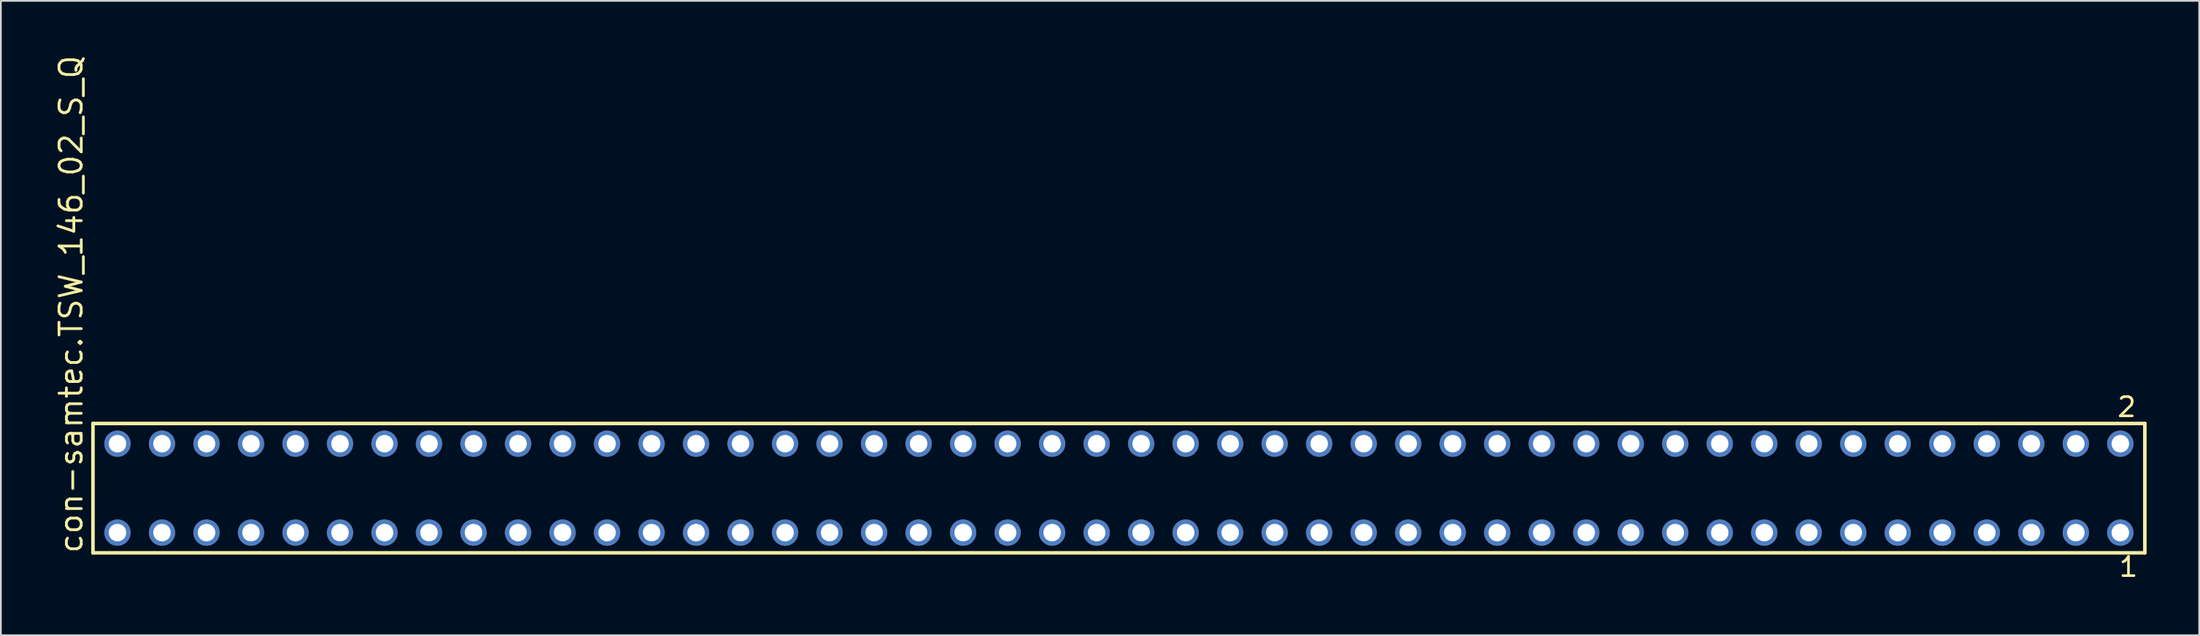
<source format=kicad_pcb>
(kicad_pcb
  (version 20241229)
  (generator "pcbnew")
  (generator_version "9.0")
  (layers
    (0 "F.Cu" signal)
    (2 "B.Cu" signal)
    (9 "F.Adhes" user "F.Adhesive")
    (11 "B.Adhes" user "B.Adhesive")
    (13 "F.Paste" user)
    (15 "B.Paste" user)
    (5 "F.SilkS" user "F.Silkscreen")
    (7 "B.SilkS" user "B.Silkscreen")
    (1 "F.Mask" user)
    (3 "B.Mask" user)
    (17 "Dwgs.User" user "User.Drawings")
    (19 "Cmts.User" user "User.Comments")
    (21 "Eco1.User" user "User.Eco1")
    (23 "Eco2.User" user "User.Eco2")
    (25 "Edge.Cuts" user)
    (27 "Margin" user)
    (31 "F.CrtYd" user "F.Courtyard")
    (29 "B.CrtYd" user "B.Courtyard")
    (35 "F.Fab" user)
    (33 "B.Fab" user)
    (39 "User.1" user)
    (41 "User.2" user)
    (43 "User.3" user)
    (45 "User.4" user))
  (footprint "con-samtec.TSW_146_02_S_Q"
    (layer "F.Cu")
    (at 60.805 24.84)
    (property "Reference" "con-samtec.TSW_146_02_S_Q" (at -59.055 3.81 90) (layer "F.SilkS") (effects (font (size 1.27 1.27) (thickness 0.16)) (justify left bottom)))
    (attr through_hole)
    (fp_line (start -58.549 -3.695) (end 58.549 -3.695) (stroke (width 0.203) (type default)) (layer "F.SilkS"))
    (fp_line (start -58.549 3.695) (end -58.549 -3.695) (stroke (width 0.203) (type default)) (layer "F.SilkS"))
    (fp_line (start 58.549 -3.695) (end 58.549 3.695) (stroke (width 0.203) (type default)) (layer "F.SilkS"))
    (fp_line (start 58.549 3.695) (end -58.549 3.695) (stroke (width 0.203) (type default)) (layer "F.SilkS"))
    (fp_rect (start -57.5 -2.19) (end -56.8 -2.89) (stroke (width 0.05) (type default)) (fill no) (layer "F.Fab"))
    (fp_rect (start -57.5 2.89) (end -56.8 2.19) (stroke (width 0.05) (type default)) (fill no) (layer "F.Fab"))
    (fp_rect (start -54.96 -2.19) (end -54.26 -2.89) (stroke (width 0.05) (type default)) (fill no) (layer "F.Fab"))
    (fp_rect (start -54.96 2.89) (end -54.26 2.19) (stroke (width 0.05) (type default)) (fill no) (layer "F.Fab"))
    (fp_rect (start -52.42 -2.19) (end -51.72 -2.89) (stroke (width 0.05) (type default)) (fill no) (layer "F.Fab"))
    (fp_rect (start -52.42 2.89) (end -51.72 2.19) (stroke (width 0.05) (type default)) (fill no) (layer "F.Fab"))
    (fp_rect (start -49.88 -2.19) (end -49.18 -2.89) (stroke (width 0.05) (type default)) (fill no) (layer "F.Fab"))
    (fp_rect (start -49.88 2.89) (end -49.18 2.19) (stroke (width 0.05) (type default)) (fill no) (layer "F.Fab"))
    (fp_rect (start -47.34 -2.19) (end -46.64 -2.89) (stroke (width 0.05) (type default)) (fill no) (layer "F.Fab"))
    (fp_rect (start -47.34 2.89) (end -46.64 2.19) (stroke (width 0.05) (type default)) (fill no) (layer "F.Fab"))
    (fp_rect (start -44.8 -2.19) (end -44.1 -2.89) (stroke (width 0.05) (type default)) (fill no) (layer "F.Fab"))
    (fp_rect (start -44.8 2.89) (end -44.1 2.19) (stroke (width 0.05) (type default)) (fill no) (layer "F.Fab"))
    (fp_rect (start -42.26 -2.19) (end -41.56 -2.89) (stroke (width 0.05) (type default)) (fill no) (layer "F.Fab"))
    (fp_rect (start -42.26 2.89) (end -41.56 2.19) (stroke (width 0.05) (type default)) (fill no) (layer "F.Fab"))
    (fp_rect (start -39.72 -2.19) (end -39.02 -2.89) (stroke (width 0.05) (type default)) (fill no) (layer "F.Fab"))
    (fp_rect (start -39.72 2.89) (end -39.02 2.19) (stroke (width 0.05) (type default)) (fill no) (layer "F.Fab"))
    (fp_rect (start -37.18 -2.19) (end -36.48 -2.89) (stroke (width 0.05) (type default)) (fill no) (layer "F.Fab"))
    (fp_rect (start -37.18 2.89) (end -36.48 2.19) (stroke (width 0.05) (type default)) (fill no) (layer "F.Fab"))
    (fp_rect (start -34.64 -2.19) (end -33.94 -2.89) (stroke (width 0.05) (type default)) (fill no) (layer "F.Fab"))
    (fp_rect (start -34.64 2.89) (end -33.94 2.19) (stroke (width 0.05) (type default)) (fill no) (layer "F.Fab"))
    (fp_rect (start -32.1 -2.19) (end -31.4 -2.89) (stroke (width 0.05) (type default)) (fill no) (layer "F.Fab"))
    (fp_rect (start -32.1 2.89) (end -31.4 2.19) (stroke (width 0.05) (type default)) (fill no) (layer "F.Fab"))
    (fp_rect (start -29.56 -2.19) (end -28.86 -2.89) (stroke (width 0.05) (type default)) (fill no) (layer "F.Fab"))
    (fp_rect (start -29.56 2.89) (end -28.86 2.19) (stroke (width 0.05) (type default)) (fill no) (layer "F.Fab"))
    (fp_rect (start -27.02 -2.19) (end -26.32 -2.89) (stroke (width 0.05) (type default)) (fill no) (layer "F.Fab"))
    (fp_rect (start -27.02 2.89) (end -26.32 2.19) (stroke (width 0.05) (type default)) (fill no) (layer "F.Fab"))
    (fp_rect (start -24.48 -2.19) (end -23.78 -2.89) (stroke (width 0.05) (type default)) (fill no) (layer "F.Fab"))
    (fp_rect (start -24.48 2.89) (end -23.78 2.19) (stroke (width 0.05) (type default)) (fill no) (layer "F.Fab"))
    (fp_rect (start -21.94 -2.19) (end -21.24 -2.89) (stroke (width 0.05) (type default)) (fill no) (layer "F.Fab"))
    (fp_rect (start -21.94 2.89) (end -21.24 2.19) (stroke (width 0.05) (type default)) (fill no) (layer "F.Fab"))
    (fp_rect (start -19.4 -2.19) (end -18.7 -2.89) (stroke (width 0.05) (type default)) (fill no) (layer "F.Fab"))
    (fp_rect (start -19.4 2.89) (end -18.7 2.19) (stroke (width 0.05) (type default)) (fill no) (layer "F.Fab"))
    (fp_rect (start -16.86 -2.19) (end -16.16 -2.89) (stroke (width 0.05) (type default)) (fill no) (layer "F.Fab"))
    (fp_rect (start -16.86 2.89) (end -16.16 2.19) (stroke (width 0.05) (type default)) (fill no) (layer "F.Fab"))
    (fp_rect (start -14.32 -2.19) (end -13.62 -2.89) (stroke (width 0.05) (type default)) (fill no) (layer "F.Fab"))
    (fp_rect (start -14.32 2.89) (end -13.62 2.19) (stroke (width 0.05) (type default)) (fill no) (layer "F.Fab"))
    (fp_rect (start -11.78 -2.19) (end -11.08 -2.89) (stroke (width 0.05) (type default)) (fill no) (layer "F.Fab"))
    (fp_rect (start -11.78 2.89) (end -11.08 2.19) (stroke (width 0.05) (type default)) (fill no) (layer "F.Fab"))
    (fp_rect (start -9.24 -2.19) (end -8.54 -2.89) (stroke (width 0.05) (type default)) (fill no) (layer "F.Fab"))
    (fp_rect (start -9.24 2.89) (end -8.54 2.19) (stroke (width 0.05) (type default)) (fill no) (layer "F.Fab"))
    (fp_rect (start -6.7 -2.19) (end -6 -2.89) (stroke (width 0.05) (type default)) (fill no) (layer "F.Fab"))
    (fp_rect (start -6.7 2.89) (end -6 2.19) (stroke (width 0.05) (type default)) (fill no) (layer "F.Fab"))
    (fp_rect (start -4.16 -2.19) (end -3.46 -2.89) (stroke (width 0.05) (type default)) (fill no) (layer "F.Fab"))
    (fp_rect (start -4.16 2.89) (end -3.46 2.19) (stroke (width 0.05) (type default)) (fill no) (layer "F.Fab"))
    (fp_rect (start -1.62 -2.19) (end -0.92 -2.89) (stroke (width 0.05) (type default)) (fill no) (layer "F.Fab"))
    (fp_rect (start -1.62 2.89) (end -0.92 2.19) (stroke (width 0.05) (type default)) (fill no) (layer "F.Fab"))
    (fp_rect (start 0.92 -2.19) (end 1.62 -2.89) (stroke (width 0.05) (type default)) (fill no) (layer "F.Fab"))
    (fp_rect (start 0.92 2.89) (end 1.62 2.19) (stroke (width 0.05) (type default)) (fill no) (layer "F.Fab"))
    (fp_rect (start 3.46 -2.19) (end 4.16 -2.89) (stroke (width 0.05) (type default)) (fill no) (layer "F.Fab"))
    (fp_rect (start 3.46 2.89) (end 4.16 2.19) (stroke (width 0.05) (type default)) (fill no) (layer "F.Fab"))
    (fp_rect (start 6 -2.19) (end 6.7 -2.89) (stroke (width 0.05) (type default)) (fill no) (layer "F.Fab"))
    (fp_rect (start 6 2.89) (end 6.7 2.19) (stroke (width 0.05) (type default)) (fill no) (layer "F.Fab"))
    (fp_rect (start 8.54 -2.19) (end 9.24 -2.89) (stroke (width 0.05) (type default)) (fill no) (layer "F.Fab"))
    (fp_rect (start 8.54 2.89) (end 9.24 2.19) (stroke (width 0.05) (type default)) (fill no) (layer "F.Fab"))
    (fp_rect (start 11.08 -2.19) (end 11.78 -2.89) (stroke (width 0.05) (type default)) (fill no) (layer "F.Fab"))
    (fp_rect (start 11.08 2.89) (end 11.78 2.19) (stroke (width 0.05) (type default)) (fill no) (layer "F.Fab"))
    (fp_rect (start 13.62 -2.19) (end 14.32 -2.89) (stroke (width 0.05) (type default)) (fill no) (layer "F.Fab"))
    (fp_rect (start 13.62 2.89) (end 14.32 2.19) (stroke (width 0.05) (type default)) (fill no) (layer "F.Fab"))
    (fp_rect (start 16.16 -2.19) (end 16.86 -2.89) (stroke (width 0.05) (type default)) (fill no) (layer "F.Fab"))
    (fp_rect (start 16.16 2.89) (end 16.86 2.19) (stroke (width 0.05) (type default)) (fill no) (layer "F.Fab"))
    (fp_rect (start 18.7 -2.19) (end 19.4 -2.89) (stroke (width 0.05) (type default)) (fill no) (layer "F.Fab"))
    (fp_rect (start 18.7 2.89) (end 19.4 2.19) (stroke (width 0.05) (type default)) (fill no) (layer "F.Fab"))
    (fp_rect (start 21.24 -2.19) (end 21.94 -2.89) (stroke (width 0.05) (type default)) (fill no) (layer "F.Fab"))
    (fp_rect (start 21.24 2.89) (end 21.94 2.19) (stroke (width 0.05) (type default)) (fill no) (layer "F.Fab"))
    (fp_rect (start 23.78 -2.19) (end 24.48 -2.89) (stroke (width 0.05) (type default)) (fill no) (layer "F.Fab"))
    (fp_rect (start 23.78 2.89) (end 24.48 2.19) (stroke (width 0.05) (type default)) (fill no) (layer "F.Fab"))
    (fp_rect (start 26.32 -2.19) (end 27.02 -2.89) (stroke (width 0.05) (type default)) (fill no) (layer "F.Fab"))
    (fp_rect (start 26.32 2.89) (end 27.02 2.19) (stroke (width 0.05) (type default)) (fill no) (layer "F.Fab"))
    (fp_rect (start 28.86 -2.19) (end 29.56 -2.89) (stroke (width 0.05) (type default)) (fill no) (layer "F.Fab"))
    (fp_rect (start 28.86 2.89) (end 29.56 2.19) (stroke (width 0.05) (type default)) (fill no) (layer "F.Fab"))
    (fp_rect (start 31.4 -2.19) (end 32.1 -2.89) (stroke (width 0.05) (type default)) (fill no) (layer "F.Fab"))
    (fp_rect (start 31.4 2.89) (end 32.1 2.19) (stroke (width 0.05) (type default)) (fill no) (layer "F.Fab"))
    (fp_rect (start 33.94 -2.19) (end 34.64 -2.89) (stroke (width 0.05) (type default)) (fill no) (layer "F.Fab"))
    (fp_rect (start 33.94 2.89) (end 34.64 2.19) (stroke (width 0.05) (type default)) (fill no) (layer "F.Fab"))
    (fp_rect (start 36.48 -2.19) (end 37.18 -2.89) (stroke (width 0.05) (type default)) (fill no) (layer "F.Fab"))
    (fp_rect (start 36.48 2.89) (end 37.18 2.19) (stroke (width 0.05) (type default)) (fill no) (layer "F.Fab"))
    (fp_rect (start 39.02 -2.19) (end 39.72 -2.89) (stroke (width 0.05) (type default)) (fill no) (layer "F.Fab"))
    (fp_rect (start 39.02 2.89) (end 39.72 2.19) (stroke (width 0.05) (type default)) (fill no) (layer "F.Fab"))
    (fp_rect (start 41.56 -2.19) (end 42.26 -2.89) (stroke (width 0.05) (type default)) (fill no) (layer "F.Fab"))
    (fp_rect (start 41.56 2.89) (end 42.26 2.19) (stroke (width 0.05) (type default)) (fill no) (layer "F.Fab"))
    (fp_rect (start 44.1 -2.19) (end 44.8 -2.89) (stroke (width 0.05) (type default)) (fill no) (layer "F.Fab"))
    (fp_rect (start 44.1 2.89) (end 44.8 2.19) (stroke (width 0.05) (type default)) (fill no) (layer "F.Fab"))
    (fp_rect (start 46.64 -2.19) (end 47.34 -2.89) (stroke (width 0.05) (type default)) (fill no) (layer "F.Fab"))
    (fp_rect (start 46.64 2.89) (end 47.34 2.19) (stroke (width 0.05) (type default)) (fill no) (layer "F.Fab"))
    (fp_rect (start 49.18 -2.19) (end 49.88 -2.89) (stroke (width 0.05) (type default)) (fill no) (layer "F.Fab"))
    (fp_rect (start 49.18 2.89) (end 49.88 2.19) (stroke (width 0.05) (type default)) (fill no) (layer "F.Fab"))
    (fp_rect (start 51.72 -2.19) (end 52.42 -2.89) (stroke (width 0.05) (type default)) (fill no) (layer "F.Fab"))
    (fp_rect (start 51.72 2.89) (end 52.42 2.19) (stroke (width 0.05) (type default)) (fill no) (layer "F.Fab"))
    (fp_rect (start 54.26 -2.19) (end 54.96 -2.89) (stroke (width 0.05) (type default)) (fill no) (layer "F.Fab"))
    (fp_rect (start 54.26 2.89) (end 54.96 2.19) (stroke (width 0.05) (type default)) (fill no) (layer "F.Fab"))
    (fp_rect (start 56.8 -2.19) (end 57.5 -2.89) (stroke (width 0.05) (type default)) (fill no) (layer "F.Fab"))
    (fp_rect (start 56.8 2.89) (end 57.5 2.19) (stroke (width 0.05) (type default)) (fill no) (layer "F.Fab"))
    (fp_text user "2" (at 56.892 -3.989 0) (layer "F.SilkS") (effects (font (size 1.1 1.1) (thickness 0.15)) (justify left bottom)))
    (fp_text user "1" (at 56.992 5.138 0) (layer "F.SilkS") (effects (font (size 1.1 1.1) (thickness 0.15)) (justify left bottom)))
    (pad "1" thru_hole circle (at 57.15 2.54 180) (size 1.5 1.5) (drill 1) (layers "*.Cu" "*.Mask"))
    (pad "2" thru_hole circle (at 57.15 -2.54 180) (size 1.5 1.5) (drill 1) (layers "*.Cu" "*.Mask"))
    (pad "3" thru_hole circle (at 54.61 2.54 180) (size 1.5 1.5) (drill 1) (layers "*.Cu" "*.Mask"))
    (pad "4" thru_hole circle (at 54.61 -2.54 180) (size 1.5 1.5) (drill 1) (layers "*.Cu" "*.Mask"))
    (pad "5" thru_hole circle (at 52.07 2.54 180) (size 1.5 1.5) (drill 1) (layers "*.Cu" "*.Mask"))
    (pad "6" thru_hole circle (at 52.07 -2.54 180) (size 1.5 1.5) (drill 1) (layers "*.Cu" "*.Mask"))
    (pad "7" thru_hole circle (at 49.53 2.54 180) (size 1.5 1.5) (drill 1) (layers "*.Cu" "*.Mask"))
    (pad "8" thru_hole circle (at 49.53 -2.54 180) (size 1.5 1.5) (drill 1) (layers "*.Cu" "*.Mask"))
    (pad "9" thru_hole circle (at 46.99 2.54 180) (size 1.5 1.5) (drill 1) (layers "*.Cu" "*.Mask"))
    (pad "10" thru_hole circle (at 46.99 -2.54 180) (size 1.5 1.5) (drill 1) (layers "*.Cu" "*.Mask"))
    (pad "11" thru_hole circle (at 44.45 2.54 180) (size 1.5 1.5) (drill 1) (layers "*.Cu" "*.Mask"))
    (pad "12" thru_hole circle (at 44.45 -2.54 180) (size 1.5 1.5) (drill 1) (layers "*.Cu" "*.Mask"))
    (pad "13" thru_hole circle (at 41.91 2.54 180) (size 1.5 1.5) (drill 1) (layers "*.Cu" "*.Mask"))
    (pad "14" thru_hole circle (at 41.91 -2.54 180) (size 1.5 1.5) (drill 1) (layers "*.Cu" "*.Mask"))
    (pad "15" thru_hole circle (at 39.37 2.54 180) (size 1.5 1.5) (drill 1) (layers "*.Cu" "*.Mask"))
    (pad "16" thru_hole circle (at 39.37 -2.54 180) (size 1.5 1.5) (drill 1) (layers "*.Cu" "*.Mask"))
    (pad "17" thru_hole circle (at 36.83 2.54 180) (size 1.5 1.5) (drill 1) (layers "*.Cu" "*.Mask"))
    (pad "18" thru_hole circle (at 36.83 -2.54 180) (size 1.5 1.5) (drill 1) (layers "*.Cu" "*.Mask"))
    (pad "19" thru_hole circle (at 34.29 2.54 180) (size 1.5 1.5) (drill 1) (layers "*.Cu" "*.Mask"))
    (pad "20" thru_hole circle (at 34.29 -2.54 180) (size 1.5 1.5) (drill 1) (layers "*.Cu" "*.Mask"))
    (pad "21" thru_hole circle (at 31.75 2.54 180) (size 1.5 1.5) (drill 1) (layers "*.Cu" "*.Mask"))
    (pad "22" thru_hole circle (at 31.75 -2.54 180) (size 1.5 1.5) (drill 1) (layers "*.Cu" "*.Mask"))
    (pad "23" thru_hole circle (at 29.21 2.54 180) (size 1.5 1.5) (drill 1) (layers "*.Cu" "*.Mask"))
    (pad "24" thru_hole circle (at 29.21 -2.54 180) (size 1.5 1.5) (drill 1) (layers "*.Cu" "*.Mask"))
    (pad "25" thru_hole circle (at 26.67 2.54 180) (size 1.5 1.5) (drill 1) (layers "*.Cu" "*.Mask"))
    (pad "26" thru_hole circle (at 26.67 -2.54 180) (size 1.5 1.5) (drill 1) (layers "*.Cu" "*.Mask"))
    (pad "27" thru_hole circle (at 24.13 2.54 180) (size 1.5 1.5) (drill 1) (layers "*.Cu" "*.Mask"))
    (pad "28" thru_hole circle (at 24.13 -2.54 180) (size 1.5 1.5) (drill 1) (layers "*.Cu" "*.Mask"))
    (pad "29" thru_hole circle (at 21.59 2.54 180) (size 1.5 1.5) (drill 1) (layers "*.Cu" "*.Mask"))
    (pad "30" thru_hole circle (at 21.59 -2.54 180) (size 1.5 1.5) (drill 1) (layers "*.Cu" "*.Mask"))
    (pad "31" thru_hole circle (at 19.05 2.54 180) (size 1.5 1.5) (drill 1) (layers "*.Cu" "*.Mask"))
    (pad "32" thru_hole circle (at 19.05 -2.54 180) (size 1.5 1.5) (drill 1) (layers "*.Cu" "*.Mask"))
    (pad "33" thru_hole circle (at 16.51 2.54 180) (size 1.5 1.5) (drill 1) (layers "*.Cu" "*.Mask"))
    (pad "34" thru_hole circle (at 16.51 -2.54 180) (size 1.5 1.5) (drill 1) (layers "*.Cu" "*.Mask"))
    (pad "35" thru_hole circle (at 13.97 2.54 180) (size 1.5 1.5) (drill 1) (layers "*.Cu" "*.Mask"))
    (pad "36" thru_hole circle (at 13.97 -2.54 180) (size 1.5 1.5) (drill 1) (layers "*.Cu" "*.Mask"))
    (pad "37" thru_hole circle (at 11.43 2.54 180) (size 1.5 1.5) (drill 1) (layers "*.Cu" "*.Mask"))
    (pad "38" thru_hole circle (at 11.43 -2.54 180) (size 1.5 1.5) (drill 1) (layers "*.Cu" "*.Mask"))
    (pad "39" thru_hole circle (at 8.89 2.54 180) (size 1.5 1.5) (drill 1) (layers "*.Cu" "*.Mask"))
    (pad "40" thru_hole circle (at 8.89 -2.54 180) (size 1.5 1.5) (drill 1) (layers "*.Cu" "*.Mask"))
    (pad "41" thru_hole circle (at 6.35 2.54 180) (size 1.5 1.5) (drill 1) (layers "*.Cu" "*.Mask"))
    (pad "42" thru_hole circle (at 6.35 -2.54 180) (size 1.5 1.5) (drill 1) (layers "*.Cu" "*.Mask"))
    (pad "43" thru_hole circle (at 3.81 2.54 180) (size 1.5 1.5) (drill 1) (layers "*.Cu" "*.Mask"))
    (pad "44" thru_hole circle (at 3.81 -2.54 180) (size 1.5 1.5) (drill 1) (layers "*.Cu" "*.Mask"))
    (pad "45" thru_hole circle (at 1.27 2.54 180) (size 1.5 1.5) (drill 1) (layers "*.Cu" "*.Mask"))
    (pad "46" thru_hole circle (at 1.27 -2.54 180) (size 1.5 1.5) (drill 1) (layers "*.Cu" "*.Mask"))
    (pad "47" thru_hole circle (at -1.27 2.54 180) (size 1.5 1.5) (drill 1) (layers "*.Cu" "*.Mask"))
    (pad "48" thru_hole circle (at -1.27 -2.54 180) (size 1.5 1.5) (drill 1) (layers "*.Cu" "*.Mask"))
    (pad "49" thru_hole circle (at -3.81 2.54 180) (size 1.5 1.5) (drill 1) (layers "*.Cu" "*.Mask"))
    (pad "50" thru_hole circle (at -3.81 -2.54 180) (size 1.5 1.5) (drill 1) (layers "*.Cu" "*.Mask"))
    (pad "51" thru_hole circle (at -6.35 2.54 180) (size 1.5 1.5) (drill 1) (layers "*.Cu" "*.Mask"))
    (pad "52" thru_hole circle (at -6.35 -2.54 180) (size 1.5 1.5) (drill 1) (layers "*.Cu" "*.Mask"))
    (pad "53" thru_hole circle (at -8.89 2.54 180) (size 1.5 1.5) (drill 1) (layers "*.Cu" "*.Mask"))
    (pad "54" thru_hole circle (at -8.89 -2.54 180) (size 1.5 1.5) (drill 1) (layers "*.Cu" "*.Mask"))
    (pad "55" thru_hole circle (at -11.43 2.54 180) (size 1.5 1.5) (drill 1) (layers "*.Cu" "*.Mask"))
    (pad "56" thru_hole circle (at -11.43 -2.54 180) (size 1.5 1.5) (drill 1) (layers "*.Cu" "*.Mask"))
    (pad "57" thru_hole circle (at -13.97 2.54 180) (size 1.5 1.5) (drill 1) (layers "*.Cu" "*.Mask"))
    (pad "58" thru_hole circle (at -13.97 -2.54 180) (size 1.5 1.5) (drill 1) (layers "*.Cu" "*.Mask"))
    (pad "59" thru_hole circle (at -16.51 2.54 180) (size 1.5 1.5) (drill 1) (layers "*.Cu" "*.Mask"))
    (pad "60" thru_hole circle (at -16.51 -2.54 180) (size 1.5 1.5) (drill 1) (layers "*.Cu" "*.Mask"))
    (pad "61" thru_hole circle (at -19.05 2.54 180) (size 1.5 1.5) (drill 1) (layers "*.Cu" "*.Mask"))
    (pad "62" thru_hole circle (at -19.05 -2.54 180) (size 1.5 1.5) (drill 1) (layers "*.Cu" "*.Mask"))
    (pad "63" thru_hole circle (at -21.59 2.54 180) (size 1.5 1.5) (drill 1) (layers "*.Cu" "*.Mask"))
    (pad "64" thru_hole circle (at -21.59 -2.54 180) (size 1.5 1.5) (drill 1) (layers "*.Cu" "*.Mask"))
    (pad "65" thru_hole circle (at -24.13 2.54 180) (size 1.5 1.5) (drill 1) (layers "*.Cu" "*.Mask"))
    (pad "66" thru_hole circle (at -24.13 -2.54 180) (size 1.5 1.5) (drill 1) (layers "*.Cu" "*.Mask"))
    (pad "67" thru_hole circle (at -26.67 2.54 180) (size 1.5 1.5) (drill 1) (layers "*.Cu" "*.Mask"))
    (pad "68" thru_hole circle (at -26.67 -2.54 180) (size 1.5 1.5) (drill 1) (layers "*.Cu" "*.Mask"))
    (pad "69" thru_hole circle (at -29.21 2.54 180) (size 1.5 1.5) (drill 1) (layers "*.Cu" "*.Mask"))
    (pad "70" thru_hole circle (at -29.21 -2.54 180) (size 1.5 1.5) (drill 1) (layers "*.Cu" "*.Mask"))
    (pad "71" thru_hole circle (at -31.75 2.54 180) (size 1.5 1.5) (drill 1) (layers "*.Cu" "*.Mask"))
    (pad "72" thru_hole circle (at -31.75 -2.54 180) (size 1.5 1.5) (drill 1) (layers "*.Cu" "*.Mask"))
    (pad "73" thru_hole circle (at -34.29 2.54 180) (size 1.5 1.5) (drill 1) (layers "*.Cu" "*.Mask"))
    (pad "74" thru_hole circle (at -34.29 -2.54 180) (size 1.5 1.5) (drill 1) (layers "*.Cu" "*.Mask"))
    (pad "75" thru_hole circle (at -36.83 2.54 180) (size 1.5 1.5) (drill 1) (layers "*.Cu" "*.Mask"))
    (pad "76" thru_hole circle (at -36.83 -2.54 180) (size 1.5 1.5) (drill 1) (layers "*.Cu" "*.Mask"))
    (pad "77" thru_hole circle (at -39.37 2.54 180) (size 1.5 1.5) (drill 1) (layers "*.Cu" "*.Mask"))
    (pad "78" thru_hole circle (at -39.37 -2.54 180) (size 1.5 1.5) (drill 1) (layers "*.Cu" "*.Mask"))
    (pad "79" thru_hole circle (at -41.91 2.54 180) (size 1.5 1.5) (drill 1) (layers "*.Cu" "*.Mask"))
    (pad "80" thru_hole circle (at -41.91 -2.54 180) (size 1.5 1.5) (drill 1) (layers "*.Cu" "*.Mask"))
    (pad "81" thru_hole circle (at -44.45 2.54 180) (size 1.5 1.5) (drill 1) (layers "*.Cu" "*.Mask"))
    (pad "82" thru_hole circle (at -44.45 -2.54 180) (size 1.5 1.5) (drill 1) (layers "*.Cu" "*.Mask"))
    (pad "83" thru_hole circle (at -46.99 2.54 180) (size 1.5 1.5) (drill 1) (layers "*.Cu" "*.Mask"))
    (pad "84" thru_hole circle (at -46.99 -2.54 180) (size 1.5 1.5) (drill 1) (layers "*.Cu" "*.Mask"))
    (pad "85" thru_hole circle (at -49.53 2.54 180) (size 1.5 1.5) (drill 1) (layers "*.Cu" "*.Mask"))
    (pad "86" thru_hole circle (at -49.53 -2.54 180) (size 1.5 1.5) (drill 1) (layers "*.Cu" "*.Mask"))
    (pad "87" thru_hole circle (at -52.07 2.54 180) (size 1.5 1.5) (drill 1) (layers "*.Cu" "*.Mask"))
    (pad "88" thru_hole circle (at -52.07 -2.54 180) (size 1.5 1.5) (drill 1) (layers "*.Cu" "*.Mask"))
    (pad "89" thru_hole circle (at -54.61 2.54 180) (size 1.5 1.5) (drill 1) (layers "*.Cu" "*.Mask"))
    (pad "90" thru_hole circle (at -54.61 -2.54 180) (size 1.5 1.5) (drill 1) (layers "*.Cu" "*.Mask"))
    (pad "91" thru_hole circle (at -57.15 2.54 180) (size 1.5 1.5) (drill 1) (layers "*.Cu" "*.Mask"))
    (pad "92" thru_hole circle (at -57.15 -2.54 180) (size 1.5 1.5) (drill 1) (layers "*.Cu" "*.Mask")))
  (gr_rect
    (start -3 -3)
    (end 122.456 33.241)
    (stroke (width 0.1) (type default))
    (fill no)
    (layer "Edge.Cuts")))
</source>
